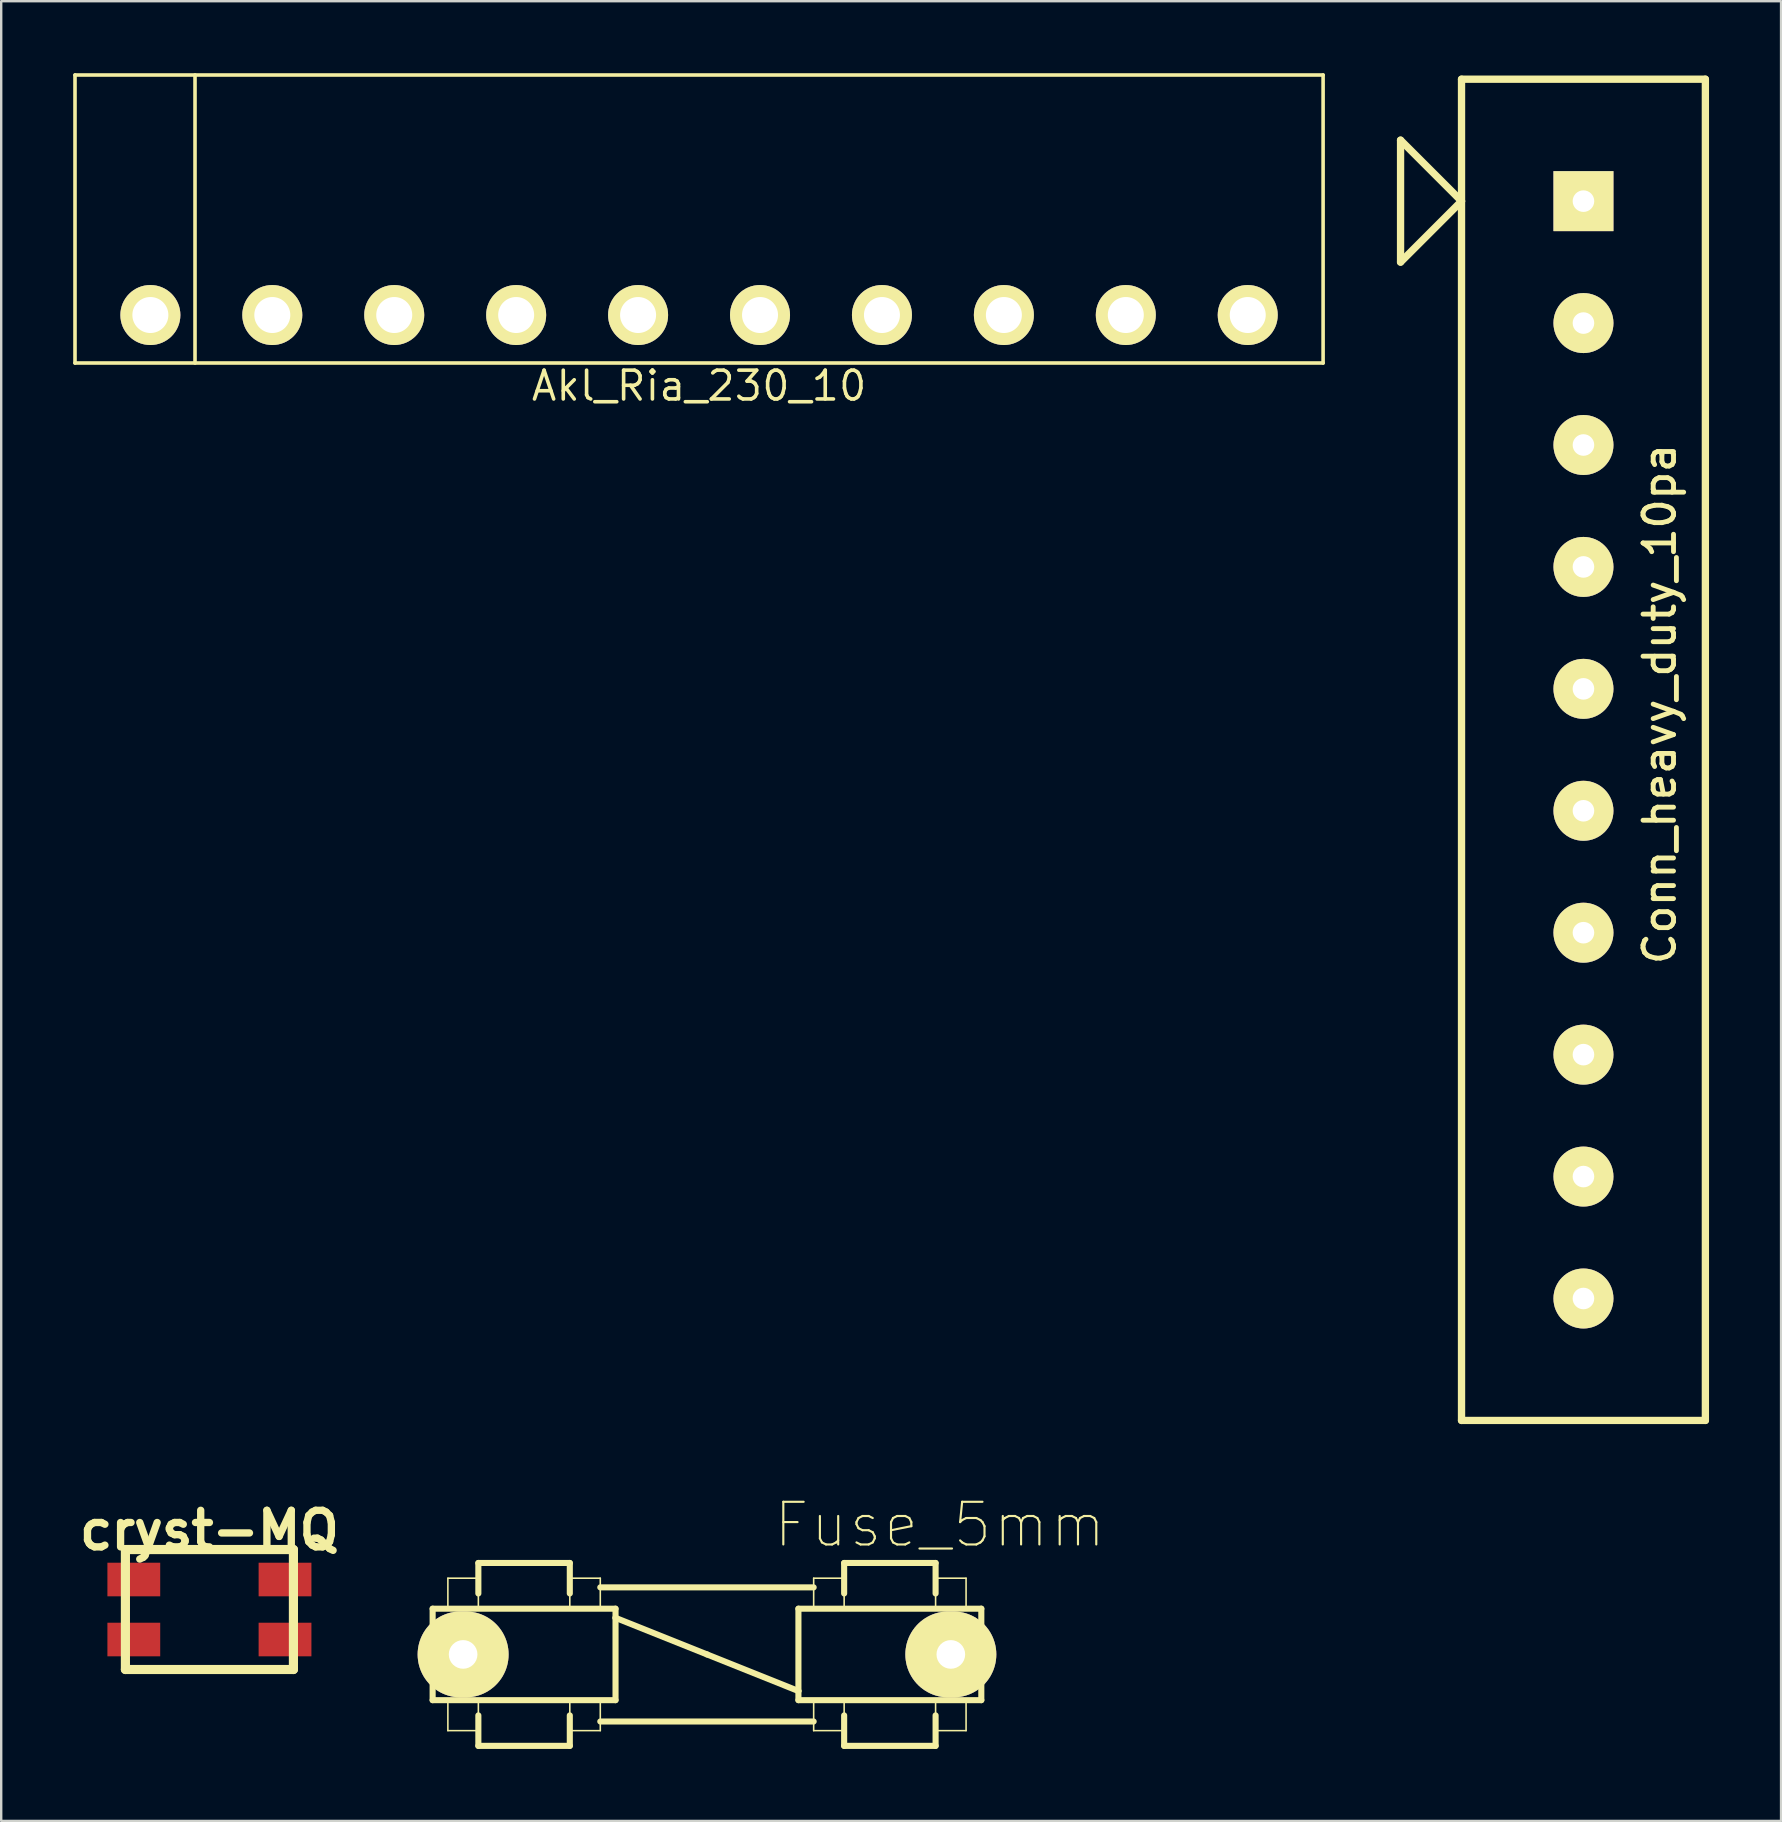
<source format=kicad_pcb>
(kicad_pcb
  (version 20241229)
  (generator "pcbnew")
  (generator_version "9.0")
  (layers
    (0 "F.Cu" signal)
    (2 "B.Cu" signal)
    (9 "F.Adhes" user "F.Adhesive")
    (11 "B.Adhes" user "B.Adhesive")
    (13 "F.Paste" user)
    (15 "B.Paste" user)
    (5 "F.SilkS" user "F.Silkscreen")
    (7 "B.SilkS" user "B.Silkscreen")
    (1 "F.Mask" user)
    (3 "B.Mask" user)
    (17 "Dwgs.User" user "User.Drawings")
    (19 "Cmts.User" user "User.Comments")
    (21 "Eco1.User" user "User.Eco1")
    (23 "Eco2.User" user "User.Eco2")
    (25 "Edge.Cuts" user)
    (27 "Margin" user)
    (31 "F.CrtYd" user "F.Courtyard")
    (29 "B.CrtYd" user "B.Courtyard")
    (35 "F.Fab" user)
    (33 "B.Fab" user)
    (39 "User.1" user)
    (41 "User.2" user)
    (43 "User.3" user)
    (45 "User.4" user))
  (footprint "Akl_Ria_230_10"
    (layer "F.Cu")
    (at 26.075 10.075)
    (property "Reference" "Akl_Ria_230_10" (at 0 2.95 0) (layer "F.SilkS") (effects (font (size 1.2 1.2) (thickness 0.15))))
    (attr through_hole)
    (fp_line (start -26 -10) (end 26 -10) (stroke (width 0.15) (type solid)) (layer "F.SilkS"))
    (fp_line (start -26 2) (end -26 -10) (stroke (width 0.15) (type solid)) (layer "F.SilkS"))
    (fp_line (start -21 -10) (end -21 2) (stroke (width 0.15) (type solid)) (layer "F.SilkS"))
    (fp_line (start 26 -10) (end 26 2) (stroke (width 0.15) (type solid)) (layer "F.SilkS"))
    (fp_line (start 26 2) (end -26 2) (stroke (width 0.15) (type solid)) (layer "F.SilkS"))
    (pad "1" thru_hole circle (at -22.86 0) (size 2.5 2.5) (drill 1.5) (layers "*.Cu" "*.Mask" "F.SilkS"))
    (pad "2" thru_hole circle (at -17.78 0) (size 2.5 2.5) (drill 1.5) (layers "*.Cu" "*.Mask" "F.SilkS"))
    (pad "3" thru_hole circle (at -12.7 0) (size 2.5 2.5) (drill 1.5) (layers "*.Cu" "*.Mask" "F.SilkS"))
    (pad "4" thru_hole circle (at -7.62 0) (size 2.5 2.5) (drill 1.5) (layers "*.Cu" "*.Mask" "F.SilkS"))
    (pad "5" thru_hole circle (at -2.54 0) (size 2.5 2.5) (drill 1.5) (layers "*.Cu" "*.Mask" "F.SilkS"))
    (pad "6" thru_hole circle (at 2.54 0) (size 2.5 2.5) (drill 1.5) (layers "*.Cu" "*.Mask" "F.SilkS"))
    (pad "7" thru_hole circle (at 7.62 0) (size 2.5 2.5) (drill 1.5) (layers "*.Cu" "*.Mask" "F.SilkS"))
    (pad "8" thru_hole circle (at 12.7 0) (size 2.5 2.5) (drill 1.5) (layers "*.Cu" "*.Mask" "F.SilkS"))
    (pad "9" thru_hole circle (at 17.78 0) (size 2.5 2.5) (drill 1.5) (layers "*.Cu" "*.Mask" "F.SilkS"))
    (pad "10" thru_hole circle (at 22.86 0) (size 2.5 2.5) (drill 1.5) (layers "*.Cu" "*.Mask" "F.SilkS")))
  (footprint "Fuse_5mm"
    (layer "F.Cu")
    (at 26.405 65.879)
    (property "Reference" "Fuse_5mm" (at 9.7 -5.4 0) (layer "F.SilkS") (effects (font (size 1.778 1.778) (thickness 0.089))))
    (attr exclude_from_pos_files exclude_from_bom)
    (fp_line (start -11.43 1.905) (end -11.43 -1.905) (stroke (width 0.254) (type solid)) (layer "F.SilkS"))
    (fp_line (start -10.795 -3.175) (end -9.525 -3.175) (stroke (width 0.066) (type solid)) (layer "F.SilkS"))
    (fp_line (start -10.795 -1.905) (end -10.795 -3.175) (stroke (width 0.066) (type solid)) (layer "F.SilkS"))
    (fp_line (start -10.795 -1.905) (end -9.525 -1.905) (stroke (width 0.066) (type solid)) (layer "F.SilkS"))
    (fp_line (start -10.795 1.905) (end -9.525 1.905) (stroke (width 0.066) (type solid)) (layer "F.SilkS"))
    (fp_line (start -10.795 3.175) (end -10.795 1.905) (stroke (width 0.066) (type solid)) (layer "F.SilkS"))
    (fp_line (start -10.795 3.175) (end -9.525 3.175) (stroke (width 0.066) (type solid)) (layer "F.SilkS"))
    (fp_line (start -9.525 -3.81) (end -5.715 -3.81) (stroke (width 0.254) (type solid)) (layer "F.SilkS"))
    (fp_line (start -9.525 -2.54) (end -9.525 -3.81) (stroke (width 0.254) (type solid)) (layer "F.SilkS"))
    (fp_line (start -9.525 -1.905) (end -9.525 -3.175) (stroke (width 0.066) (type solid)) (layer "F.SilkS"))
    (fp_line (start -9.525 2.54) (end -9.525 3.81) (stroke (width 0.254) (type solid)) (layer "F.SilkS"))
    (fp_line (start -9.525 3.175) (end -9.525 1.905) (stroke (width 0.066) (type solid)) (layer "F.SilkS"))
    (fp_line (start -5.715 -3.175) (end -4.445 -3.175) (stroke (width 0.066) (type solid)) (layer "F.SilkS"))
    (fp_line (start -5.715 -2.54) (end -5.715 -3.81) (stroke (width 0.254) (type solid)) (layer "F.SilkS"))
    (fp_line (start -5.715 -1.905) (end -5.715 -3.175) (stroke (width 0.066) (type solid)) (layer "F.SilkS"))
    (fp_line (start -5.715 -1.905) (end -4.445 -1.905) (stroke (width 0.066) (type solid)) (layer "F.SilkS"))
    (fp_line (start -5.715 1.905) (end -4.445 1.905) (stroke (width 0.066) (type solid)) (layer "F.SilkS"))
    (fp_line (start -5.715 3.175) (end -5.715 1.905) (stroke (width 0.066) (type solid)) (layer "F.SilkS"))
    (fp_line (start -5.715 3.175) (end -4.445 3.175) (stroke (width 0.066) (type solid)) (layer "F.SilkS"))
    (fp_line (start -5.715 3.81) (end -9.525 3.81) (stroke (width 0.254) (type solid)) (layer "F.SilkS"))
    (fp_line (start -5.715 3.81) (end -5.715 2.54) (stroke (width 0.254) (type solid)) (layer "F.SilkS"))
    (fp_line (start -4.445 -2.794) (end 4.445 -2.794) (stroke (width 0.254) (type solid)) (layer "F.SilkS"))
    (fp_line (start -4.445 -1.905) (end -4.445 -3.175) (stroke (width 0.066) (type solid)) (layer "F.SilkS"))
    (fp_line (start -4.445 2.794) (end 4.445 2.794) (stroke (width 0.254) (type solid)) (layer "F.SilkS"))
    (fp_line (start -4.445 3.175) (end -4.445 1.905) (stroke (width 0.066) (type solid)) (layer "F.SilkS"))
    (fp_line (start -3.81 -1.905) (end -11.43 -1.905) (stroke (width 0.254) (type solid)) (layer "F.SilkS"))
    (fp_line (start -3.81 -1.905) (end -3.81 -1.524) (stroke (width 0.254) (type solid)) (layer "F.SilkS"))
    (fp_line (start -3.81 -1.524) (end -3.81 1.905) (stroke (width 0.254) (type solid)) (layer "F.SilkS"))
    (fp_line (start -3.81 -1.524) (end 3.81 1.524) (stroke (width 0.254) (type solid)) (layer "F.SilkS"))
    (fp_line (start -3.81 1.905) (end -11.43 1.905) (stroke (width 0.254) (type solid)) (layer "F.SilkS"))
    (fp_line (start 3.81 1.524) (end 3.81 -1.905) (stroke (width 0.254) (type solid)) (layer "F.SilkS"))
    (fp_line (start 3.81 1.905) (end 3.81 1.524) (stroke (width 0.254) (type solid)) (layer "F.SilkS"))
    (fp_line (start 4.445 -3.175) (end 5.715 -3.175) (stroke (width 0.066) (type solid)) (layer "F.SilkS"))
    (fp_line (start 4.445 -1.905) (end 4.445 -3.175) (stroke (width 0.066) (type solid)) (layer "F.SilkS"))
    (fp_line (start 4.445 -1.905) (end 5.715 -1.905) (stroke (width 0.066) (type solid)) (layer "F.SilkS"))
    (fp_line (start 4.445 1.905) (end 5.715 1.905) (stroke (width 0.066) (type solid)) (layer "F.SilkS"))
    (fp_line (start 4.445 3.175) (end 4.445 1.905) (stroke (width 0.066) (type solid)) (layer "F.SilkS"))
    (fp_line (start 4.445 3.175) (end 5.715 3.175) (stroke (width 0.066) (type solid)) (layer "F.SilkS"))
    (fp_line (start 5.715 -3.81) (end 9.525 -3.81) (stroke (width 0.254) (type solid)) (layer "F.SilkS"))
    (fp_line (start 5.715 -2.54) (end 5.715 -3.81) (stroke (width 0.254) (type solid)) (layer "F.SilkS"))
    (fp_line (start 5.715 -1.905) (end 5.715 -3.175) (stroke (width 0.066) (type solid)) (layer "F.SilkS"))
    (fp_line (start 5.715 2.54) (end 5.715 3.81) (stroke (width 0.254) (type solid)) (layer "F.SilkS"))
    (fp_line (start 5.715 3.175) (end 5.715 1.905) (stroke (width 0.066) (type solid)) (layer "F.SilkS"))
    (fp_line (start 9.525 -3.175) (end 10.795 -3.175) (stroke (width 0.066) (type solid)) (layer "F.SilkS"))
    (fp_line (start 9.525 -2.54) (end 9.525 -3.81) (stroke (width 0.254) (type solid)) (layer "F.SilkS"))
    (fp_line (start 9.525 -1.905) (end 9.525 -3.175) (stroke (width 0.066) (type solid)) (layer "F.SilkS"))
    (fp_line (start 9.525 -1.905) (end 10.795 -1.905) (stroke (width 0.066) (type solid)) (layer "F.SilkS"))
    (fp_line (start 9.525 1.905) (end 10.795 1.905) (stroke (width 0.066) (type solid)) (layer "F.SilkS"))
    (fp_line (start 9.525 3.175) (end 9.525 1.905) (stroke (width 0.066) (type solid)) (layer "F.SilkS"))
    (fp_line (start 9.525 3.175) (end 10.795 3.175) (stroke (width 0.066) (type solid)) (layer "F.SilkS"))
    (fp_line (start 9.525 3.81) (end 5.715 3.81) (stroke (width 0.254) (type solid)) (layer "F.SilkS"))
    (fp_line (start 9.525 3.81) (end 9.525 2.54) (stroke (width 0.254) (type solid)) (layer "F.SilkS"))
    (fp_line (start 10.795 -1.905) (end 10.795 -3.175) (stroke (width 0.066) (type solid)) (layer "F.SilkS"))
    (fp_line (start 10.795 3.175) (end 10.795 1.905) (stroke (width 0.066) (type solid)) (layer "F.SilkS"))
    (fp_line (start 11.43 -1.905) (end 3.81 -1.905) (stroke (width 0.254) (type solid)) (layer "F.SilkS"))
    (fp_line (start 11.43 -1.905) (end 11.43 1.905) (stroke (width 0.254) (type solid)) (layer "F.SilkS"))
    (fp_line (start 11.43 1.905) (end 3.81 1.905) (stroke (width 0.254) (type solid)) (layer "F.SilkS"))
    (fp_circle (center 0 0) (end -0.064 0.064) (stroke (width 0.076) (type solid)) (fill no) (layer "F.SilkS"))
    (pad "1" thru_hole oval (at -10.16 0) (size 3.79 3.581) (drill 1.194) (layers "*.Cu" "*.Mask" "F.SilkS"))
    (pad "2" thru_hole oval (at 10.16 0) (size 3.79 3.581) (drill 1.194) (layers "*.Cu" "*.Mask" "F.SilkS")))
  (footprint "cryst-MQ"
    (layer "F.Cu")
    (at 5.675 64.008)
    (property "Reference" "cryst-MQ" (at 0 -3.299 0) (layer "F.SilkS") (effects (font (size 1.524 1.524) (thickness 0.305))))
    (attr through_hole)
    (fp_line (start -3.5 -2.499) (end 3.5 -2.499) (stroke (width 0.381) (type solid)) (layer "F.SilkS"))
    (fp_line (start -3.5 2.499) (end -3.5 -2.499) (stroke (width 0.381) (type solid)) (layer "F.SilkS"))
    (fp_line (start 3.5 -2.499) (end 3.5 2.499) (stroke (width 0.381) (type solid)) (layer "F.SilkS"))
    (fp_line (start 3.5 2.499) (end -3.5 2.499) (stroke (width 0.381) (type solid)) (layer "F.SilkS"))
    (pad "1" smd rect (at -3.15 1.25) (size 2.2 1.4) (layers "F.Cu" "F.Mask" "F.Paste"))
    (pad "2" smd rect (at 3.15 -1.25) (size 2.2 1.4) (layers "F.Cu" "F.Mask" "F.Paste"))
    (pad "3" smd rect (at 3.15 1.25) (size 2.2 1.4) (layers "F.Cu" "F.Mask" "F.Paste"))
    (pad "4" smd rect (at -3.15 -1.25) (size 2.2 1.4) (layers "F.Cu" "F.Mask" "F.Paste")))
  (footprint "Conn_heavy_duty_10pa"
    (layer "F.Cu")
    (at 57.842 0.25)
    (property "Reference" "Conn_heavy_duty_10pa" (at 8.255 26.035 90) (layer "F.SilkS") (effects (font (size 1.27 1.27) (thickness 0.203))))
    (attr through_hole)
    (fp_line (start -2.54 2.54) (end 0 5.08) (stroke (width 0.305) (type solid)) (layer "F.SilkS"))
    (fp_line (start -2.54 7.62) (end -2.54 2.54) (stroke (width 0.305) (type solid)) (layer "F.SilkS"))
    (fp_line (start 0 0) (end 10.16 0) (stroke (width 0.305) (type solid)) (layer "F.SilkS"))
    (fp_line (start 0 5.08) (end -2.54 7.62) (stroke (width 0.305) (type solid)) (layer "F.SilkS"))
    (fp_line (start 0 55.88) (end 0 0) (stroke (width 0.305) (type solid)) (layer "F.SilkS"))
    (fp_line (start 10.16 0) (end 10.16 55.88) (stroke (width 0.305) (type solid)) (layer "F.SilkS"))
    (fp_line (start 10.16 55.88) (end 0 55.88) (stroke (width 0.305) (type solid)) (layer "F.SilkS"))
    (pad "1" thru_hole rect (at 5.08 5.08) (size 2.499 2.499) (drill 0.899) (layers "*.Cu" "*.Mask" "F.SilkS"))
    (pad "2" thru_hole circle (at 5.08 10.16) (size 2.499 2.499) (drill 0.899) (layers "*.Cu" "*.Mask" "F.SilkS"))
    (pad "3" thru_hole circle (at 5.08 15.24) (size 2.499 2.499) (drill 0.899) (layers "*.Cu" "*.Mask" "F.SilkS"))
    (pad "4" thru_hole circle (at 5.08 20.32) (size 2.499 2.499) (drill 0.899) (layers "*.Cu" "*.Mask" "F.SilkS"))
    (pad "5" thru_hole circle (at 5.08 25.4) (size 2.499 2.499) (drill 0.899) (layers "*.Cu" "*.Mask" "F.SilkS"))
    (pad "6" thru_hole circle (at 5.08 30.48) (size 2.499 2.499) (drill 0.899) (layers "*.Cu" "*.Mask" "F.SilkS"))
    (pad "7" thru_hole circle (at 5.08 35.56) (size 2.499 2.499) (drill 0.899) (layers "*.Cu" "*.Mask" "F.SilkS"))
    (pad "8" thru_hole circle (at 5.08 40.64) (size 2.499 2.499) (drill 0.899) (layers "*.Cu" "*.Mask" "F.SilkS"))
    (pad "9" thru_hole circle (at 5.08 45.72) (size 2.499 2.499) (drill 0.899) (layers "*.Cu" "*.Mask" "F.SilkS"))
    (pad "10" thru_hole circle (at 5.08 50.8) (size 2.499 2.499) (drill 0.899) (layers "*.Cu" "*.Mask" "F.SilkS")))
  (gr_rect
    (start -3 -3)
    (end 71.155 72.816)
    (stroke (width 0.1) (type default))
    (fill no)
    (layer "Edge.Cuts")))
</source>
